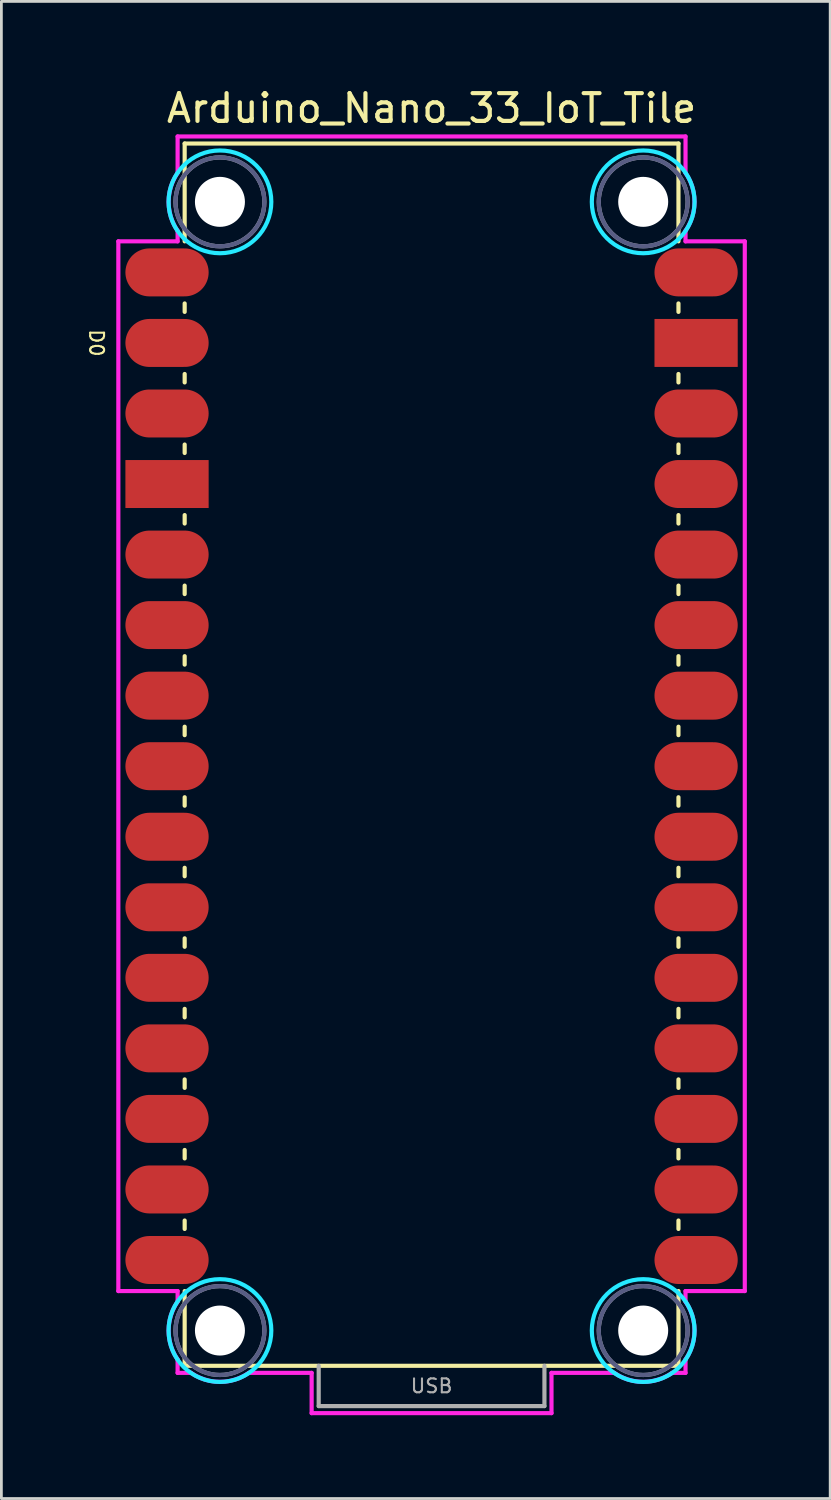
<source format=kicad_pcb>
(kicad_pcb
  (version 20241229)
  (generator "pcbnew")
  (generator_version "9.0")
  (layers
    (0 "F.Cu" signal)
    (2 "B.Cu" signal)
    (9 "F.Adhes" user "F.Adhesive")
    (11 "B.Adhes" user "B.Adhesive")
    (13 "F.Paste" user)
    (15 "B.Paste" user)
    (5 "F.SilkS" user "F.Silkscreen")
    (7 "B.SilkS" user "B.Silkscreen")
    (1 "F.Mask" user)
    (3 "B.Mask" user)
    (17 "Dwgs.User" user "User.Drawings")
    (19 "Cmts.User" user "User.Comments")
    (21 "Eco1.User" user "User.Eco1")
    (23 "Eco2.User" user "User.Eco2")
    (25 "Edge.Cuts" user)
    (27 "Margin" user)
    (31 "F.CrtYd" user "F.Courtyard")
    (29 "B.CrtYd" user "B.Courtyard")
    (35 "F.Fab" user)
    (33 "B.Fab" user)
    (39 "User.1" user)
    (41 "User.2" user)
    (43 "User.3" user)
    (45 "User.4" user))
  (footprint "Arduino_Nano_33_IoT_Tile"
    (layer "F.Cu")
    (at 12.489 46.128)
    (property "Reference" "Arduino_Nano_33_IoT_Tile" (at 0 -45.28 0) (layer "F.SilkS") (effects (font (size 1 1) (thickness 0.15))))
    (attr through_hole)
    (fp_line (start -8.89 -44.01) (end -8.89 -40.488) (stroke (width 0.15) (type solid)) (layer "F.SilkS"))
    (fp_line (start -8.89 -44.01) (end 8.89 -44.01) (stroke (width 0.15) (type solid)) (layer "F.SilkS"))
    (fp_line (start -8.89 -38.252) (end -8.89 -37.948) (stroke (width 0.15) (type solid)) (layer "F.SilkS"))
    (fp_line (start -8.89 -35.712) (end -8.89 -35.408) (stroke (width 0.15) (type solid)) (layer "F.SilkS"))
    (fp_line (start -8.89 -33.172) (end -8.89 -32.868) (stroke (width 0.15) (type solid)) (layer "F.SilkS"))
    (fp_line (start -8.89 -30.632) (end -8.89 -30.328) (stroke (width 0.15) (type solid)) (layer "F.SilkS"))
    (fp_line (start -8.89 -28.092) (end -8.89 -27.788) (stroke (width 0.15) (type solid)) (layer "F.SilkS"))
    (fp_line (start -8.89 -25.552) (end -8.89 -25.248) (stroke (width 0.15) (type solid)) (layer "F.SilkS"))
    (fp_line (start -8.89 -23.012) (end -8.89 -22.708) (stroke (width 0.15) (type solid)) (layer "F.SilkS"))
    (fp_line (start -8.89 -20.472) (end -8.89 -20.168) (stroke (width 0.15) (type solid)) (layer "F.SilkS"))
    (fp_line (start -8.89 -17.932) (end -8.89 -17.628) (stroke (width 0.15) (type solid)) (layer "F.SilkS"))
    (fp_line (start -8.89 -15.392) (end -8.89 -15.088) (stroke (width 0.15) (type solid)) (layer "F.SilkS"))
    (fp_line (start -8.89 -12.852) (end -8.89 -12.548) (stroke (width 0.15) (type solid)) (layer "F.SilkS"))
    (fp_line (start -8.89 -10.312) (end -8.89 -10.008) (stroke (width 0.15) (type solid)) (layer "F.SilkS"))
    (fp_line (start -8.89 -7.772) (end -8.89 -7.468) (stroke (width 0.15) (type solid)) (layer "F.SilkS"))
    (fp_line (start -8.89 -5.232) (end -8.89 -4.928) (stroke (width 0.15) (type solid)) (layer "F.SilkS"))
    (fp_line (start -8.89 -2.692) (end -8.89 0) (stroke (width 0.15) (type solid)) (layer "F.SilkS"))
    (fp_line (start -8.89 0) (end 8.89 0) (stroke (width 0.15) (type solid)) (layer "F.SilkS"))
    (fp_line (start 8.89 -44.01) (end 8.89 -40.488) (stroke (width 0.15) (type solid)) (layer "F.SilkS"))
    (fp_line (start 8.89 -38.252) (end 8.89 -37.948) (stroke (width 0.15) (type solid)) (layer "F.SilkS"))
    (fp_line (start 8.89 -35.712) (end 8.89 -35.408) (stroke (width 0.15) (type solid)) (layer "F.SilkS"))
    (fp_line (start 8.89 -33.172) (end 8.89 -32.868) (stroke (width 0.15) (type solid)) (layer "F.SilkS"))
    (fp_line (start 8.89 -30.632) (end 8.89 -30.328) (stroke (width 0.15) (type solid)) (layer "F.SilkS"))
    (fp_line (start 8.89 -28.092) (end 8.89 -27.788) (stroke (width 0.15) (type solid)) (layer "F.SilkS"))
    (fp_line (start 8.89 -25.552) (end 8.89 -25.248) (stroke (width 0.15) (type solid)) (layer "F.SilkS"))
    (fp_line (start 8.89 -23.012) (end 8.89 -22.708) (stroke (width 0.15) (type solid)) (layer "F.SilkS"))
    (fp_line (start 8.89 -20.472) (end 8.89 -20.168) (stroke (width 0.15) (type solid)) (layer "F.SilkS"))
    (fp_line (start 8.89 -17.932) (end 8.89 -17.628) (stroke (width 0.15) (type solid)) (layer "F.SilkS"))
    (fp_line (start 8.89 -15.392) (end 8.89 -15.088) (stroke (width 0.15) (type solid)) (layer "F.SilkS"))
    (fp_line (start 8.89 -12.852) (end 8.89 -12.548) (stroke (width 0.15) (type solid)) (layer "F.SilkS"))
    (fp_line (start 8.89 -10.312) (end 8.89 -10.008) (stroke (width 0.15) (type solid)) (layer "F.SilkS"))
    (fp_line (start 8.89 -7.772) (end 8.89 -7.468) (stroke (width 0.15) (type solid)) (layer "F.SilkS"))
    (fp_line (start 8.89 -5.232) (end 8.89 -4.928) (stroke (width 0.15) (type solid)) (layer "F.SilkS"))
    (fp_line (start 8.89 -2.692) (end 8.89 0) (stroke (width 0.15) (type solid)) (layer "F.SilkS"))
    (fp_circle (center -7.62 -41.91) (end -5.77 -41.91) (stroke (width 0.15) (type solid)) (fill no) (layer "B.CrtYd"))
    (fp_circle (center -7.62 -1.27) (end -5.77 -1.27) (stroke (width 0.15) (type solid)) (fill no) (layer "B.CrtYd"))
    (fp_circle (center 7.62 -41.91) (end 9.47 -41.91) (stroke (width 0.15) (type solid)) (fill no) (layer "B.CrtYd"))
    (fp_circle (center 7.62 -1.27) (end 9.47 -1.27) (stroke (width 0.15) (type solid)) (fill no) (layer "B.CrtYd"))
    (fp_line (start -11.278 -2.692) (end -11.278 -40.488) (stroke (width 0.15) (type solid)) (layer "F.CrtYd"))
    (fp_line (start -9.144 -44.264) (end 9.144 -44.264) (stroke (width 0.15) (type solid)) (layer "F.CrtYd"))
    (fp_line (start -9.144 -42.951) (end -9.144 -44.264) (stroke (width 0.15) (type solid)) (layer "F.CrtYd"))
    (fp_line (start -9.144 -40.869) (end -9.144 -40.488) (stroke (width 0.15) (type solid)) (layer "F.CrtYd"))
    (fp_line (start -9.144 -40.488) (end -11.278 -40.488) (stroke (width 0.15) (type solid)) (layer "F.CrtYd"))
    (fp_line (start -9.144 -2.692) (end -11.278 -2.692) (stroke (width 0.15) (type solid)) (layer "F.CrtYd"))
    (fp_line (start -9.144 -2.311) (end -9.144 -2.692) (stroke (width 0.15) (type solid)) (layer "F.CrtYd"))
    (fp_line (start -9.144 0.254) (end -9.144 -0.229) (stroke (width 0.15) (type solid)) (layer "F.CrtYd"))
    (fp_line (start -8.661 0.254) (end -9.144 0.254) (stroke (width 0.15) (type solid)) (layer "F.CrtYd"))
    (fp_line (start -4.318 0.254) (end -6.579 0.254) (stroke (width 0.15) (type solid)) (layer "F.CrtYd"))
    (fp_line (start -4.318 1.704) (end -4.318 0.254) (stroke (width 0.15) (type solid)) (layer "F.CrtYd"))
    (fp_line (start 4.318 0.254) (end 4.318 1.704) (stroke (width 0.15) (type solid)) (layer "F.CrtYd"))
    (fp_line (start 4.318 1.704) (end -4.318 1.704) (stroke (width 0.15) (type solid)) (layer "F.CrtYd"))
    (fp_line (start 6.579 0.254) (end 4.318 0.254) (stroke (width 0.15) (type solid)) (layer "F.CrtYd"))
    (fp_line (start 9.144 -44.264) (end 9.144 -42.951) (stroke (width 0.15) (type solid)) (layer "F.CrtYd"))
    (fp_line (start 9.144 -40.869) (end 9.144 -40.488) (stroke (width 0.15) (type solid)) (layer "F.CrtYd"))
    (fp_line (start 9.144 -2.692) (end 9.144 -2.311) (stroke (width 0.15) (type solid)) (layer "F.CrtYd"))
    (fp_line (start 9.144 -0.229) (end 9.144 0.254) (stroke (width 0.15) (type solid)) (layer "F.CrtYd"))
    (fp_line (start 9.144 0.254) (end 8.661 0.254) (stroke (width 0.15) (type solid)) (layer "F.CrtYd"))
    (fp_line (start 11.278 -40.488) (end 9.144 -40.488) (stroke (width 0.15) (type solid)) (layer "F.CrtYd"))
    (fp_line (start 11.278 -40.488) (end 11.278 -2.692) (stroke (width 0.15) (type solid)) (layer "F.CrtYd"))
    (fp_line (start 11.278 -2.692) (end 9.144 -2.692) (stroke (width 0.15) (type solid)) (layer "F.CrtYd"))
    (fp_arc (start -9.144 -40.8686) (mid -9.467363 -41.91) (end -9.144 -42.9514) (stroke (width 0.15) (type solid)) (layer "F.CrtYd"))
    (fp_arc (start -9.144 -0.2286) (mid -9.467363 -1.27) (end -9.144 -2.3114) (stroke (width 0.15) (type solid)) (layer "F.CrtYd"))
    (fp_arc (start -6.5786 0.254) (mid -7.62 0.577363) (end -8.6614 0.254) (stroke (width 0.15) (type solid)) (layer "F.CrtYd"))
    (fp_arc (start 8.6614 0.254) (mid 7.62 0.577363) (end 6.5786 0.254) (stroke (width 0.15) (type solid)) (layer "F.CrtYd"))
    (fp_arc (start 9.144 -42.9514) (mid 9.467363 -41.91) (end 9.144 -40.8686) (stroke (width 0.15) (type solid)) (layer "F.CrtYd"))
    (fp_arc (start 9.144 -2.3114) (mid 9.467363 -1.27) (end 9.144 -0.2286) (stroke (width 0.15) (type solid)) (layer "F.CrtYd"))
    (fp_circle (center -7.62 -41.91) (end -6.02 -41.91) (stroke (width 0.15) (type solid)) (fill no) (layer "B.Fab"))
    (fp_circle (center -7.62 -1.27) (end -6.02 -1.27) (stroke (width 0.15) (type solid)) (fill no) (layer "B.Fab"))
    (fp_circle (center 7.62 -41.91) (end 9.22 -41.91) (stroke (width 0.15) (type solid)) (fill no) (layer "B.Fab"))
    (fp_circle (center 7.62 -1.27) (end 9.22 -1.27) (stroke (width 0.15) (type solid)) (fill no) (layer "B.Fab"))
    (fp_line (start -4.064 0) (end -4.064 1.45) (stroke (width 0.15) (type solid)) (layer "F.Fab"))
    (fp_line (start -4.064 1.45) (end 4.064 1.45) (stroke (width 0.15) (type solid)) (layer "F.Fab"))
    (fp_line (start 4.064 1.45) (end 4.064 0) (stroke (width 0.15) (type solid)) (layer "F.Fab"))
    (fp_circle (center -7.62 -41.91) (end -6.02 -41.91) (stroke (width 0.15) (type solid)) (fill no) (layer "F.Fab"))
    (fp_circle (center -7.62 -1.27) (end -6.02 -1.27) (stroke (width 0.15) (type solid)) (fill no) (layer "F.Fab"))
    (fp_circle (center 7.62 -41.91) (end 9.22 -41.91) (stroke (width 0.15) (type solid)) (fill no) (layer "F.Fab"))
    (fp_circle (center 7.62 -1.27) (end 9.22 -1.27) (stroke (width 0.15) (type solid)) (fill no) (layer "F.Fab"))
    (fp_text user "D0" (at -12.065 -36.83 270) (unlocked yes) (layer "F.SilkS") (effects (font (size 0.5 0.5) (thickness 0.075))))
    (fp_text user "USB" (at 0 0.725 0) (layer "F.Fab") (effects (font (size 0.5 0.5) (thickness 0.075))))
    (pad "" np_thru_hole circle (at -7.62 -41.91) (size 1.8 1.8) (drill 1.8) (layers "*.Cu" "*.Mask"))
    (pad "" np_thru_hole circle (at -7.62 -1.27) (size 1.8 1.8) (drill 1.8) (layers "*.Cu" "*.Mask"))
    (pad "" np_thru_hole circle (at 7.62 -41.91) (size 1.8 1.8) (drill 1.8) (layers "*.Cu" "*.Mask"))
    (pad "" np_thru_hole circle (at 7.62 -1.27) (size 1.8 1.8) (drill 1.8) (layers "*.Cu" "*.Mask"))
    (pad "3V3" smd oval (at 9.525 -6.35) (size 2.997 1.727) (layers "F.Cu" "F.Mask" "F.Paste"))
    (pad "5V" smd oval (at 9.525 -31.75) (size 2.997 1.727) (layers "F.Cu" "F.Mask" "F.Paste"))
    (pad "A0" smd oval (at 9.525 -11.43) (size 2.997 1.727) (layers "F.Cu" "F.Mask" "F.Paste"))
    (pad "A1" smd oval (at 9.525 -13.97) (size 2.997 1.727) (layers "F.Cu" "F.Mask" "F.Paste"))
    (pad "A2" smd oval (at 9.525 -16.51) (size 2.997 1.727) (layers "F.Cu" "F.Mask" "F.Paste"))
    (pad "A3" smd oval (at 9.525 -19.05) (size 2.997 1.727) (layers "F.Cu" "F.Mask" "F.Paste"))
    (pad "A4" smd oval (at 9.525 -21.59) (size 2.997 1.727) (layers "F.Cu" "F.Mask" "F.Paste"))
    (pad "A5" smd oval (at 9.525 -24.13) (size 2.997 1.727) (layers "F.Cu" "F.Mask" "F.Paste"))
    (pad "A6" smd oval (at 9.525 -26.67) (size 2.997 1.727) (layers "F.Cu" "F.Mask" "F.Paste"))
    (pad "A7" smd oval (at 9.525 -29.21) (size 2.997 1.727) (layers "F.Cu" "F.Mask" "F.Paste"))
    (pad "AREF" smd oval (at 9.525 -8.89) (size 2.997 1.727) (layers "F.Cu" "F.Mask" "F.Paste"))
    (pad "D0" smd oval (at -9.525 -36.83) (size 2.997 1.727) (layers "F.Cu" "F.Mask" "F.Paste"))
    (pad "D1" smd oval (at -9.525 -39.37) (size 2.997 1.727) (layers "F.Cu" "F.Mask" "F.Paste"))
    (pad "D2" smd oval (at -9.525 -29.21) (size 2.997 1.727) (layers "F.Cu" "F.Mask" "F.Paste"))
    (pad "D3" smd oval (at -9.525 -26.67) (size 2.997 1.727) (layers "F.Cu" "F.Mask" "F.Paste"))
    (pad "D4" smd oval (at -9.525 -24.13) (size 2.997 1.727) (layers "F.Cu" "F.Mask" "F.Paste"))
    (pad "D5" smd oval (at -9.525 -21.59) (size 2.997 1.727) (layers "F.Cu" "F.Mask" "F.Paste"))
    (pad "D6" smd oval (at -9.525 -19.05) (size 2.997 1.727) (layers "F.Cu" "F.Mask" "F.Paste"))
    (pad "D7" smd oval (at -9.525 -16.51) (size 2.997 1.727) (layers "F.Cu" "F.Mask" "F.Paste"))
    (pad "D8" smd oval (at -9.525 -13.97) (size 2.997 1.727) (layers "F.Cu" "F.Mask" "F.Paste"))
    (pad "D9" smd oval (at -9.525 -11.43) (size 2.997 1.727) (layers "F.Cu" "F.Mask" "F.Paste"))
    (pad "D10" smd oval (at -9.525 -8.89) (size 2.997 1.727) (layers "F.Cu" "F.Mask" "F.Paste"))
    (pad "D11" smd oval (at -9.525 -6.35) (size 2.997 1.727) (layers "F.Cu" "F.Mask" "F.Paste"))
    (pad "D12" smd oval (at -9.525 -3.81) (size 2.997 1.727) (layers "F.Cu" "F.Mask" "F.Paste"))
    (pad "D13" smd oval (at 9.525 -3.81) (size 2.997 1.727) (layers "F.Cu" "F.Mask" "F.Paste"))
    (pad "GND1" smd rect (at -9.525 -31.75) (size 2.997 1.727) (layers "F.Cu" "F.Mask" "F.Paste"))
    (pad "GND2" smd rect (at 9.525 -36.83) (size 2.997 1.727) (layers "F.Cu" "F.Mask" "F.Paste"))
    (pad "RST1" smd oval (at -9.525 -34.29) (size 2.997 1.727) (layers "F.Cu" "F.Mask" "F.Paste"))
    (pad "RST2" smd oval (at 9.525 -34.29) (size 2.997 1.727) (layers "F.Cu" "F.Mask" "F.Paste"))
    (pad "VIN" smd oval (at 9.525 -39.37) (size 2.997 1.727) (layers "F.Cu" "F.Mask" "F.Paste")))
  (gr_rect
    (start -3 -3)
    (end 26.842 50.907)
    (stroke (width 0.1) (type default))
    (fill no)
    (layer "Edge.Cuts")))
</source>
